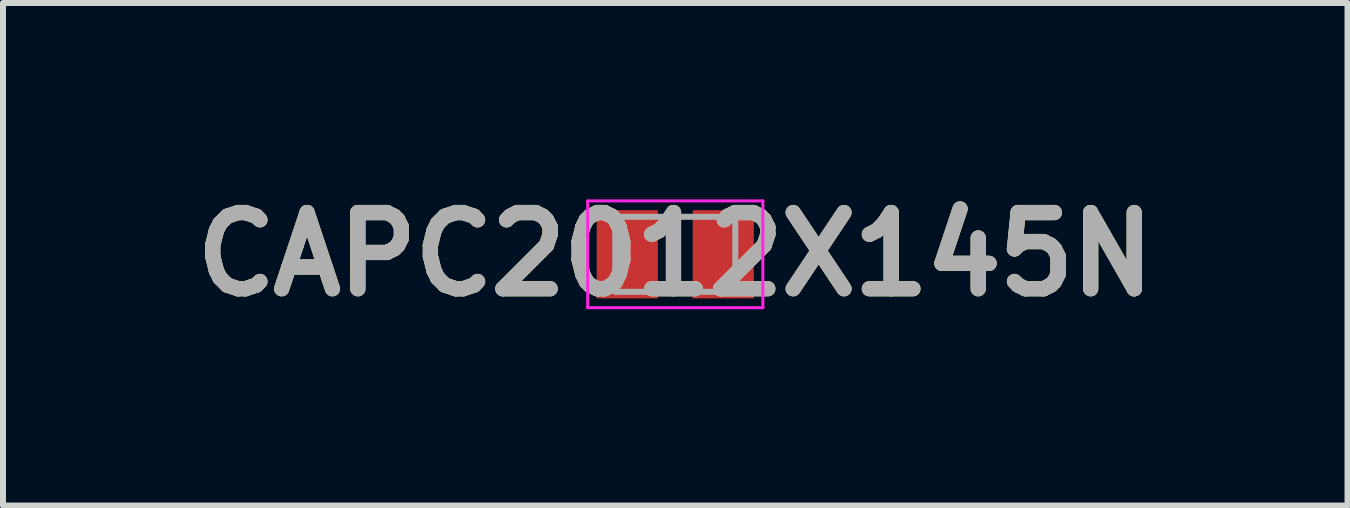
<source format=kicad_pcb>
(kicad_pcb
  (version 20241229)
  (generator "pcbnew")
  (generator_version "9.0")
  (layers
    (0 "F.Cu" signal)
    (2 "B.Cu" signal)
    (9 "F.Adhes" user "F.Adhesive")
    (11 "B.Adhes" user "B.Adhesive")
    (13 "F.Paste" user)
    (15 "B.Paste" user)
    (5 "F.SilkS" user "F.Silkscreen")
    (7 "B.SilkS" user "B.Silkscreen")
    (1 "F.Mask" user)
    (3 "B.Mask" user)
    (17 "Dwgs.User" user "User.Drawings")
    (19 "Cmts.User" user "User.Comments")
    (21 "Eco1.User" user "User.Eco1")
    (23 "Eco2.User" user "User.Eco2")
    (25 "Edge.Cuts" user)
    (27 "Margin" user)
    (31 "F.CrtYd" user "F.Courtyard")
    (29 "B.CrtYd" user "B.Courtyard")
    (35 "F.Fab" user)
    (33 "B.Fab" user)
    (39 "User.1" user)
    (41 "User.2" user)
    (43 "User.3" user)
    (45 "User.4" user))
  (footprint "CAPC2012X145N"
    (layer "F.Cu")
    (at 8.207 1.189)
    (property "Reference" "CAPC2012X145N" (at 0 0 0) (layer "F.SilkS") (effects (font (size 1.27 1.27) (thickness 0.254))))
    (attr smd)
    (fp_line (start -1.46 -0.89) (end 1.46 -0.89) (stroke (width 0.05) (type solid)) (layer "F.CrtYd"))
    (fp_line (start -1.46 0.89) (end -1.46 -0.89) (stroke (width 0.05) (type solid)) (layer "F.CrtYd"))
    (fp_line (start 1.46 -0.89) (end 1.46 0.89) (stroke (width 0.05) (type solid)) (layer "F.CrtYd"))
    (fp_line (start 1.46 0.89) (end -1.46 0.89) (stroke (width 0.05) (type solid)) (layer "F.CrtYd"))
    (fp_line (start -1 -0.625) (end 1 -0.625) (stroke (width 0.1) (type solid)) (layer "F.Fab"))
    (fp_line (start -1 0.625) (end -1 -0.625) (stroke (width 0.1) (type solid)) (layer "F.Fab"))
    (fp_line (start 1 -0.625) (end 1 0.625) (stroke (width 0.1) (type solid)) (layer "F.Fab"))
    (fp_line (start 1 0.625) (end -1 0.625) (stroke (width 0.1) (type solid)) (layer "F.Fab"))
    (fp_text user "${REFERENCE}" (at 0 0 0) (layer "F.Fab") (effects (font (size 1.27 1.27) (thickness 0.254))))
    (pad "1" smd rect (at -0.8 0) (size 1.02 1.47) (layers "F.Cu" "F.Mask" "F.Paste"))
    (pad "2" smd rect (at 0.8 0) (size 1.02 1.47) (layers "F.Cu" "F.Mask" "F.Paste")))
  (gr_rect
    (start -3 -3)
    (end 19.413 5.377)
    (stroke (width 0.1) (type default))
    (fill no)
    (layer "Edge.Cuts")))
</source>
